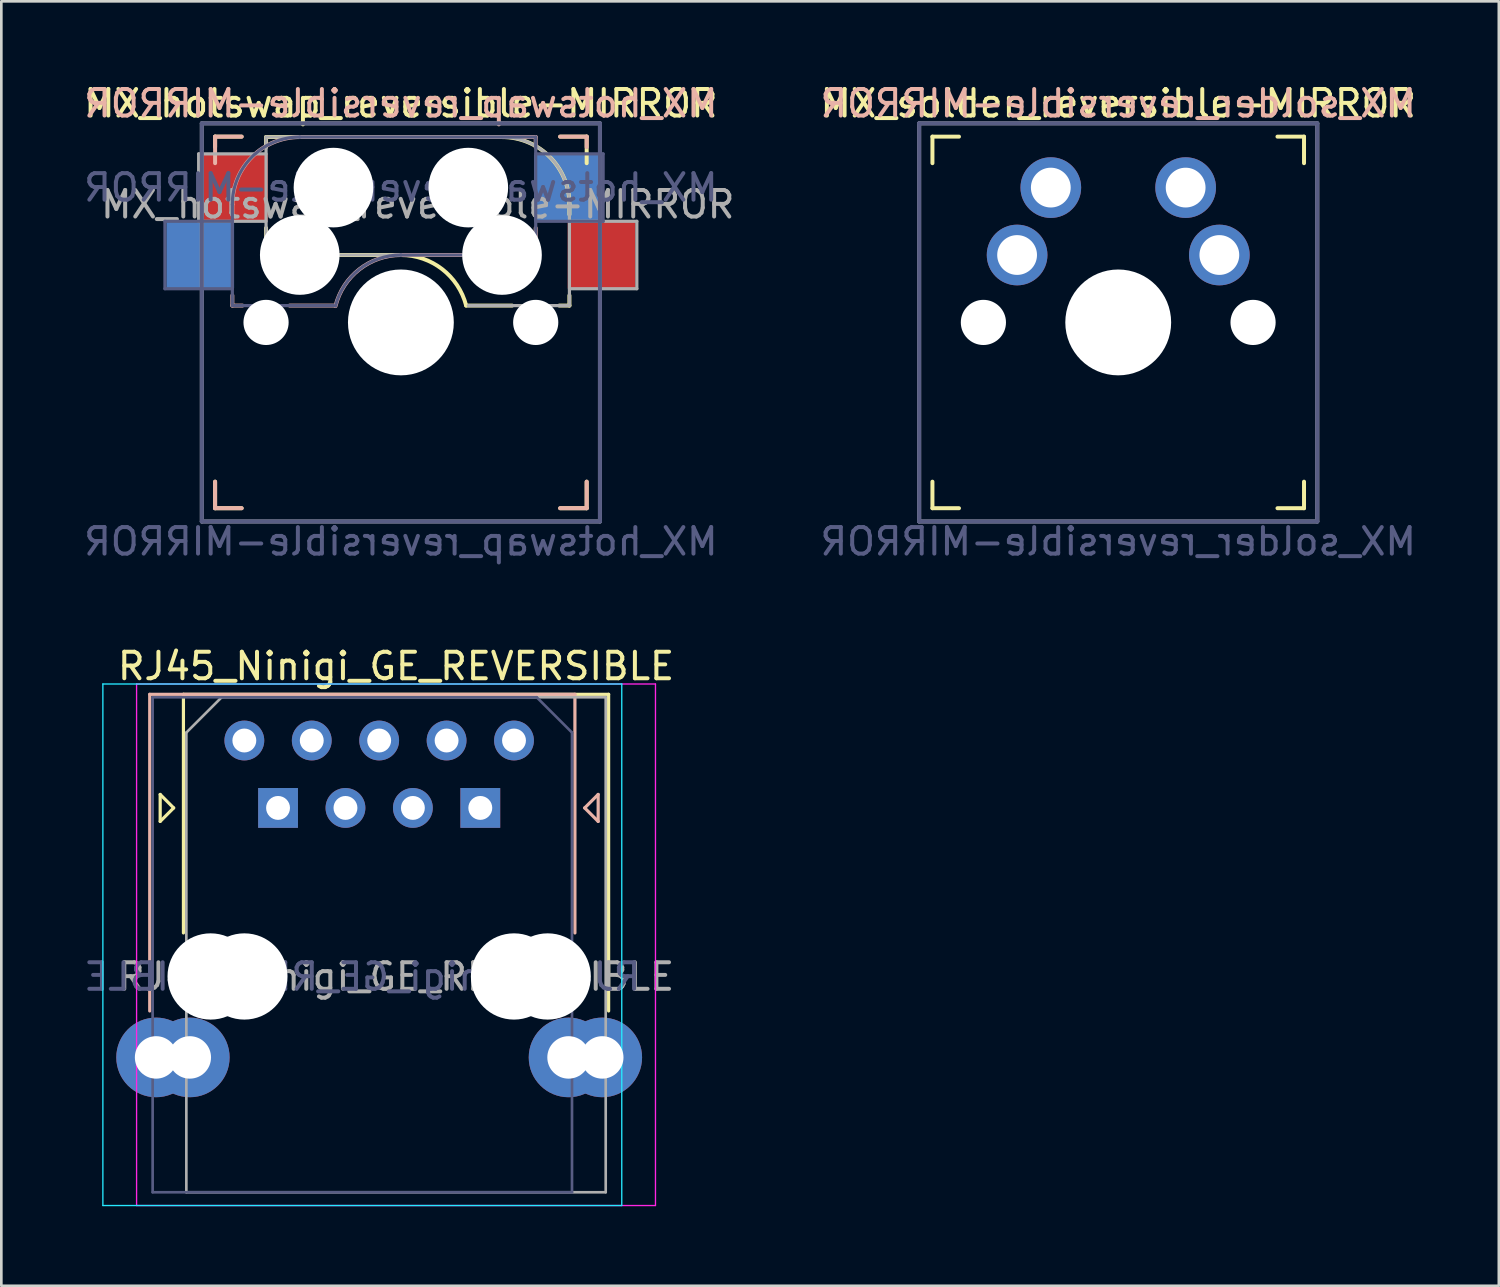
<source format=kicad_pcb>
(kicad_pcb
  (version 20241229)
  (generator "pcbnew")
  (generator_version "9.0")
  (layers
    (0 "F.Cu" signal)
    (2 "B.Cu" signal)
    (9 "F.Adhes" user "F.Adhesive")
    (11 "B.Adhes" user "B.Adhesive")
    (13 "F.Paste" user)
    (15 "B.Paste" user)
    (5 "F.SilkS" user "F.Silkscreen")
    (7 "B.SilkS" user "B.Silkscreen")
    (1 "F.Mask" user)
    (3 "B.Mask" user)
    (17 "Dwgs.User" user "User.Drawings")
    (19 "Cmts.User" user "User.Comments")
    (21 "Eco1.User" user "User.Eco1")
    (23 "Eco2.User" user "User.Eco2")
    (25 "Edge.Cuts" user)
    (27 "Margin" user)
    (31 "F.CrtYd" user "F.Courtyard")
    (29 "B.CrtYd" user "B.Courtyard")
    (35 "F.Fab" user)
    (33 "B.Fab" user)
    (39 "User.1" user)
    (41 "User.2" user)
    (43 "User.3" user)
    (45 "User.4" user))
  (footprint "MX_solder_reversible-MIRROR"
    (layer "F.Cu")
    (at 39.081 9.098)
    (property "Reference" "MX_solder_reversible-MIRROR" (at 0 -8.25 0) (layer "F.SilkS") (effects (font (size 1 1) (thickness 0.15))))
    (property "Value" "MX_solder_reversible-MIRROR" (at 0 8.255 0) (layer "F.Fab") (hide yes) (effects (font (size 1 1) (thickness 0.15))))
    (attr smd)
    (fp_line (start -7 -7) (end -6 -7) (stroke (width 0.15) (type solid)) (layer "F.SilkS"))
    (fp_line (start -7 -6) (end -7 -7) (stroke (width 0.15) (type solid)) (layer "F.SilkS"))
    (fp_line (start -7 7) (end -7 6) (stroke (width 0.15) (type solid)) (layer "F.SilkS"))
    (fp_line (start -6 7) (end -7 7) (stroke (width 0.15) (type solid)) (layer "F.SilkS"))
    (fp_line (start 6 -7) (end 7 -7) (stroke (width 0.15) (type solid)) (layer "F.SilkS"))
    (fp_line (start 7 -7) (end 7 -6) (stroke (width 0.15) (type solid)) (layer "F.SilkS"))
    (fp_line (start 7 6) (end 7 7) (stroke (width 0.15) (type solid)) (layer "F.SilkS"))
    (fp_line (start 7 7) (end 6 7) (stroke (width 0.15) (type solid)) (layer "F.SilkS"))
    (fp_line (start -6.9 6.9) (end -6.9 -6.9) (stroke (width 0.15) (type solid)) (layer "Eco2.User"))
    (fp_line (start -6.9 6.9) (end 6.9 6.9) (stroke (width 0.15) (type solid)) (layer "Eco2.User"))
    (fp_line (start 6.9 -6.9) (end -6.9 -6.9) (stroke (width 0.15) (type solid)) (layer "Eco2.User"))
    (fp_line (start 6.9 -6.9) (end 6.9 6.9) (stroke (width 0.15) (type solid)) (layer "Eco2.User"))
    (fp_line (start -7.5 -7.5) (end 7.5 -7.5) (stroke (width 0.15) (type solid)) (layer "B.Fab"))
    (fp_line (start -7.5 7.5) (end -7.5 -7.5) (stroke (width 0.15) (type solid)) (layer "B.Fab"))
    (fp_line (start 7.5 -7.5) (end 7.5 7.5) (stroke (width 0.15) (type solid)) (layer "B.Fab"))
    (fp_line (start 7.5 7.5) (end -7.5 7.5) (stroke (width 0.15) (type solid)) (layer "B.Fab"))
    (fp_line (start -7.5 -7.5) (end 7.5 -7.5) (stroke (width 0.15) (type solid)) (layer "F.Fab"))
    (fp_line (start -7.5 7.5) (end -7.5 -7.5) (stroke (width 0.15) (type solid)) (layer "F.Fab"))
    (fp_line (start 7.5 -7.5) (end 7.5 7.5) (stroke (width 0.15) (type solid)) (layer "F.Fab"))
    (fp_line (start 7.5 7.5) (end -7.5 7.5) (stroke (width 0.15) (type solid)) (layer "F.Fab"))
    (fp_text user "${REFERENCE}" (at 0 -8.25 0) (layer "B.SilkS") (effects (font (size 1 1) (thickness 0.15)) (justify mirror)))
    (fp_text user "${VALUE}" (at 0 8.255 0) (layer "B.Fab") (effects (font (size 1 1) (thickness 0.15)) (justify mirror)))
    (pad "" np_thru_hole circle (at -5.08 0) (size 1.702 1.702) (drill 1.702) (layers "*.Cu" "*.Mask"))
    (pad "" np_thru_hole circle (at 0 0 180) (size 3.988 3.988) (drill 3.988) (layers "*.Cu" "*.Mask"))
    (pad "" np_thru_hole circle (at 5.08 0) (size 1.702 1.702) (drill 1.702) (layers "*.Cu" "*.Mask"))
    (pad "1" thru_hole circle (at -3.81 -2.54) (size 2.286 2.286) (drill 1.499) (layers "*.Cu" "*.Mask"))
    (pad "1" thru_hole circle (at 3.81 -2.54 180) (size 2.286 2.286) (drill 1.499) (layers "*.Cu" "*.Mask"))
    (pad "2" thru_hole circle (at -2.54 -5.08 180) (size 2.286 2.286) (drill 1.499) (layers "*.Cu" "*.Mask"))
    (pad "2" thru_hole circle (at 2.54 -5.08) (size 2.286 2.286) (drill 1.499) (layers "*.Cu" "*.Mask")))
  (footprint "RJ45_Ninigi_GE_REVERSIBLE"
    (layer "F.Cu")
    (at 11.236 27.35)
    (property "Reference" "RJ45_Ninigi_GE_REVERSIBLE" (at 0.635 -5.3 0) (layer "F.SilkS") (effects (font (size 1 1) (thickness 0.15))))
    (attr through_hole)
    (fp_line (start -8.251 -0.468) (end -8.251 0.548) (stroke (width 0.12) (type solid)) (layer "F.SilkS"))
    (fp_line (start -8.251 0.548) (end -7.743 0.04) (stroke (width 0.12) (type solid)) (layer "F.SilkS"))
    (fp_line (start -7.743 0.04) (end -8.251 -0.468) (stroke (width 0.12) (type solid)) (layer "F.SilkS"))
    (fp_line (start -7.375 -4.24) (end -7.375 4.75) (stroke (width 0.12) (type solid)) (layer "F.SilkS"))
    (fp_line (start 8.645 -4.24) (end -7.375 -4.24) (stroke (width 0.12) (type solid)) (layer "F.SilkS"))
    (fp_line (start 8.645 -4.24) (end 8.645 7.69) (stroke (width 0.12) (type solid)) (layer "F.SilkS"))
    (fp_line (start -8.645 -4.24) (end -8.645 7.69) (stroke (width 0.12) (type solid)) (layer "B.SilkS"))
    (fp_line (start -8.645 -4.24) (end 7.375 -4.24) (stroke (width 0.12) (type solid)) (layer "B.SilkS"))
    (fp_line (start 7.375 -4.24) (end 7.375 4.75) (stroke (width 0.12) (type solid)) (layer "B.SilkS"))
    (fp_line (start 7.743 0.04) (end 8.251 -0.468) (stroke (width 0.12) (type solid)) (layer "B.SilkS"))
    (fp_line (start 8.251 -0.468) (end 8.251 0.548) (stroke (width 0.12) (type solid)) (layer "B.SilkS"))
    (fp_line (start 8.251 0.548) (end 7.743 0.04) (stroke (width 0.12) (type solid)) (layer "B.SilkS"))
    (fp_line (start -10.41 -4.63) (end -10.41 15.02) (stroke (width 0.05) (type solid)) (layer "B.CrtYd"))
    (fp_line (start -10.41 15.02) (end 9.14 15.02) (stroke (width 0.05) (type solid)) (layer "B.CrtYd"))
    (fp_line (start 9.14 -4.63) (end -10.41 -4.63) (stroke (width 0.05) (type solid)) (layer "B.CrtYd"))
    (fp_line (start 9.14 15.02) (end 9.14 -4.63) (stroke (width 0.05) (type solid)) (layer "B.CrtYd"))
    (fp_line (start -9.14 -4.63) (end 10.41 -4.63) (stroke (width 0.05) (type solid)) (layer "F.CrtYd"))
    (fp_line (start -9.14 15.02) (end -9.14 -4.63) (stroke (width 0.05) (type solid)) (layer "F.CrtYd"))
    (fp_line (start 10.41 -4.63) (end 10.41 15.02) (stroke (width 0.05) (type solid)) (layer "F.CrtYd"))
    (fp_line (start 10.41 15.02) (end -9.14 15.02) (stroke (width 0.05) (type solid)) (layer "F.CrtYd"))
    (fp_line (start -8.535 -4.13) (end 5.935 -4.13) (stroke (width 0.1) (type solid)) (layer "B.Fab"))
    (fp_line (start -8.535 14.52) (end -8.535 -4.13) (stroke (width 0.1) (type solid)) (layer "B.Fab"))
    (fp_line (start -8.535 14.52) (end 7.265 14.52) (stroke (width 0.1) (type solid)) (layer "B.Fab"))
    (fp_line (start 7.265 -2.8) (end 5.935 -4.13) (stroke (width 0.1) (type solid)) (layer "B.Fab"))
    (fp_line (start 7.265 -2.8) (end 7.265 14.52) (stroke (width 0.1) (type solid)) (layer "B.Fab"))
    (fp_line (start -7.265 -2.8) (end -7.265 14.52) (stroke (width 0.1) (type solid)) (layer "F.Fab"))
    (fp_line (start -7.265 -2.8) (end -5.935 -4.13) (stroke (width 0.1) (type solid)) (layer "F.Fab"))
    (fp_line (start 8.535 -4.13) (end -5.935 -4.13) (stroke (width 0.1) (type solid)) (layer "F.Fab"))
    (fp_line (start 8.535 14.52) (end -7.265 14.52) (stroke (width 0.1) (type solid)) (layer "F.Fab"))
    (fp_line (start 8.535 14.52) (end 8.535 -4.13) (stroke (width 0.1) (type solid)) (layer "F.Fab"))
    (fp_text user "${REFERENCE}" (at -0.635 6.4 0) (layer "B.Fab") (effects (font (size 1 1) (thickness 0.15)) (justify mirror)))
    (fp_text user "${REFERENCE}" (at 0.635 6.4 0) (layer "F.Fab") (effects (font (size 1 1) (thickness 0.15))))
    (pad "" np_thru_hole circle (at -6.35 6.39 180) (size 3.25 3.25) (drill 3.25) (layers "*.Cu" "*.Mask"))
    (pad "" np_thru_hole circle (at -5.08 6.39) (size 3.25 3.25) (drill 3.25) (layers "*.Cu" "*.Mask"))
    (pad "" np_thru_hole circle (at 5.08 6.39) (size 3.25 3.25) (drill 3.25) (layers "*.Cu" "*.Mask"))
    (pad "" np_thru_hole circle (at 6.35 6.39 180) (size 3.25 3.25) (drill 3.25) (layers "*.Cu" "*.Mask"))
    (pad "1" thru_hole rect (at -3.81 0.04 180) (size 1.5 1.5) (drill 0.9) (layers "*.Cu" "*.Mask"))
    (pad "2" thru_hole circle (at -2.54 -2.5 180) (size 1.5 1.5) (drill 0.9) (layers "*.Cu" "*.Mask"))
    (pad "3" thru_hole circle (at -1.27 0.04 180) (size 1.5 1.5) (drill 0.9) (layers "*.Cu" "*.Mask"))
    (pad "4" thru_hole circle (at 0 -2.5 180) (size 1.5 1.5) (drill 0.9) (layers "*.Cu" "*.Mask"))
    (pad "5" thru_hole circle (at 1.27 0.04 180) (size 1.5 1.5) (drill 0.9) (layers "*.Cu" "*.Mask"))
    (pad "6" thru_hole circle (at 2.54 -2.5 180) (size 1.5 1.5) (drill 0.9) (layers "*.Cu" "*.Mask"))
    (pad "7" thru_hole rect (at 3.81 0.04 180) (size 1.5 1.5) (drill 0.9) (layers "*.Cu" "*.Mask"))
    (pad "8" thru_hole circle (at -5.08 -2.5 180) (size 1.5 1.5) (drill 0.9) (layers "*.Cu" "*.Mask"))
    (pad "8" thru_hole circle (at 5.08 -2.5 180) (size 1.5 1.5) (drill 0.9) (layers "*.Cu" "*.Mask"))
    (pad "SH" thru_hole circle (at -8.405 9.44 180) (size 3 3) (drill 1.6) (layers "*.Cu" "*.Mask"))
    (pad "SH" thru_hole circle (at -7.135 9.44) (size 3 3) (drill 1.6) (layers "*.Cu" "*.Mask"))
    (pad "SH" thru_hole circle (at 7.135 9.44) (size 3 3) (drill 1.6) (layers "*.Cu" "*.Mask"))
    (pad "SH" thru_hole circle (at 8.405 9.44 180) (size 3 3) (drill 1.6) (layers "*.Cu" "*.Mask")))
  (footprint "MX_hotswap_reversible-MIRROR"
    (layer "F.Cu")
    (at 12.054 9.098)
    (property "Reference" "MX_hotswap_reversible-MIRROR" (at 0 -8.25 0) (layer "F.SilkS") (effects (font (size 1 1) (thickness 0.15))))
    (property "Value" "MX_hotswap_reversible-MIRROR" (at 0 8.255 0) (layer "F.Fab") (hide yes) (effects (font (size 1 1) (thickness 0.15))))
    (attr smd)
    (fp_line (start -7 -7) (end -6 -7) (stroke (width 0.15) (type solid)) (layer "F.SilkS"))
    (fp_line (start -7 -6.604) (end -7 -7) (stroke (width 0.15) (type solid)) (layer "F.SilkS"))
    (fp_line (start -7 7) (end -7 6) (stroke (width 0.15) (type solid)) (layer "F.SilkS"))
    (fp_line (start -6 7) (end -7 7) (stroke (width 0.15) (type solid)) (layer "F.SilkS"))
    (fp_line (start -5.08 -6.985) (end -5.08 -6.604) (stroke (width 0.15) (type solid)) (layer "F.SilkS"))
    (fp_line (start -5.08 -3.556) (end -5.08 -3.175) (stroke (width 0.15) (type solid)) (layer "F.SilkS"))
    (fp_line (start -2.286 -2.54) (end 0 -2.54) (stroke (width 0.15) (type solid)) (layer "F.SilkS"))
    (fp_line (start 2.459 -0.635) (end 4.191 -0.635) (stroke (width 0.15) (type solid)) (layer "F.SilkS"))
    (fp_line (start 3.81 -6.985) (end -5.08 -6.985) (stroke (width 0.15) (type solid)) (layer "F.SilkS"))
    (fp_line (start 5.969 -0.635) (end 6.35 -0.635) (stroke (width 0.15) (type solid)) (layer "F.SilkS"))
    (fp_line (start 6 -7) (end 7 -7) (stroke (width 0.15) (type solid)) (layer "F.SilkS"))
    (fp_line (start 6.35 -4.445) (end 6.35 -4.064) (stroke (width 0.15) (type solid)) (layer "F.SilkS"))
    (fp_line (start 6.35 -0.635) (end 6.35 -1.016) (stroke (width 0.15) (type solid)) (layer "F.SilkS"))
    (fp_line (start 7 -7) (end 7 -6) (stroke (width 0.15) (type solid)) (layer "F.SilkS"))
    (fp_line (start 7 6) (end 7 7) (stroke (width 0.15) (type solid)) (layer "F.SilkS"))
    (fp_line (start 7 7) (end 6 7) (stroke (width 0.15) (type solid)) (layer "F.SilkS"))
    (fp_arc (start 0 -2.54) (mid 1.555426 -2.008047) (end 2.459344 -0.635001) (stroke (width 0.15) (type default)) (layer "F.SilkS"))
    (fp_arc (start 3.81 -6.985) (mid 5.606051 -6.241051) (end 6.35 -4.445) (stroke (width 0.15) (type solid)) (layer "F.SilkS"))
    (fp_line (start -7 -7) (end -6 -7) (stroke (width 0.15) (type solid)) (layer "B.SilkS"))
    (fp_line (start -7 -6) (end -7 -7) (stroke (width 0.15) (type solid)) (layer "B.SilkS"))
    (fp_line (start -7 7) (end -7 6) (stroke (width 0.15) (type solid)) (layer "B.SilkS"))
    (fp_line (start -6.35 -4.445) (end -6.35 -4.064) (stroke (width 0.15) (type solid)) (layer "B.SilkS"))
    (fp_line (start -6.35 -1.016) (end -6.35 -0.635) (stroke (width 0.15) (type solid)) (layer "B.SilkS"))
    (fp_line (start -6.35 -0.635) (end -5.969 -0.635) (stroke (width 0.15) (type solid)) (layer "B.SilkS"))
    (fp_line (start -6 7) (end -7 7) (stroke (width 0.15) (type solid)) (layer "B.SilkS"))
    (fp_line (start -4.191 -0.635) (end -2.54 -0.635) (stroke (width 0.15) (type solid)) (layer "B.SilkS"))
    (fp_line (start 0 -2.54) (end 2.286 -2.54) (stroke (width 0.15) (type solid)) (layer "B.SilkS"))
    (fp_line (start 5.08 -6.985) (end -3.81 -6.985) (stroke (width 0.15) (type solid)) (layer "B.SilkS"))
    (fp_line (start 5.08 -6.604) (end 5.08 -6.985) (stroke (width 0.15) (type solid)) (layer "B.SilkS"))
    (fp_line (start 5.08 -3.175) (end 5.08 -3.556) (stroke (width 0.15) (type solid)) (layer "B.SilkS"))
    (fp_line (start 6 -7) (end 7 -7) (stroke (width 0.15) (type solid)) (layer "B.SilkS"))
    (fp_line (start 7 -7) (end 7 -6.604) (stroke (width 0.15) (type solid)) (layer "B.SilkS"))
    (fp_line (start 7 6) (end 7 7) (stroke (width 0.15) (type solid)) (layer "B.SilkS"))
    (fp_line (start 7 7) (end 6 7) (stroke (width 0.15) (type solid)) (layer "B.SilkS"))
    (fp_arc (start -6.35 -4.445) (mid -5.606051 -6.241051) (end -3.81 -6.985) (stroke (width 0.15) (type solid)) (layer "B.SilkS"))
    (fp_arc (start -2.464162 -0.61604) (mid -1.563147 -2.002042) (end 0 -2.54) (stroke (width 0.15) (type solid)) (layer "B.SilkS"))
    (fp_line (start -6.9 6.9) (end -6.9 -6.9) (stroke (width 0.15) (type solid)) (layer "Eco2.User"))
    (fp_line (start -6.9 6.9) (end 6.9 6.9) (stroke (width 0.15) (type solid)) (layer "Eco2.User"))
    (fp_line (start 6.9 -6.9) (end -6.9 -6.9) (stroke (width 0.15) (type solid)) (layer "Eco2.User"))
    (fp_line (start 6.9 -6.9) (end 6.9 6.9) (stroke (width 0.15) (type solid)) (layer "Eco2.User"))
    (fp_line (start -8.89 -3.81) (end -8.89 -1.27) (stroke (width 0.12) (type solid)) (layer "B.Fab"))
    (fp_line (start -8.89 -1.27) (end -6.35 -1.27) (stroke (width 0.12) (type solid)) (layer "B.Fab"))
    (fp_line (start -7.5 -7.5) (end 7.5 -7.5) (stroke (width 0.15) (type solid)) (layer "B.Fab"))
    (fp_line (start -7.5 7.5) (end -7.5 -7.5) (stroke (width 0.15) (type solid)) (layer "B.Fab"))
    (fp_line (start -6.35 -4.445) (end -6.35 -0.635) (stroke (width 0.12) (type solid)) (layer "B.Fab"))
    (fp_line (start -6.35 -3.81) (end -8.89 -3.81) (stroke (width 0.12) (type solid)) (layer "B.Fab"))
    (fp_line (start -6.35 -0.635) (end -2.54 -0.635) (stroke (width 0.12) (type solid)) (layer "B.Fab"))
    (fp_line (start 0 -2.54) (end 5.08 -2.54) (stroke (width 0.12) (type solid)) (layer "B.Fab"))
    (fp_line (start 5.08 -6.985) (end -3.81 -6.985) (stroke (width 0.12) (type solid)) (layer "B.Fab"))
    (fp_line (start 5.08 -3.81) (end 7.62 -3.81) (stroke (width 0.12) (type solid)) (layer "B.Fab"))
    (fp_line (start 5.08 -2.54) (end 5.08 -6.985) (stroke (width 0.12) (type solid)) (layer "B.Fab"))
    (fp_line (start 7.5 -7.5) (end 7.5 7.5) (stroke (width 0.15) (type solid)) (layer "B.Fab"))
    (fp_line (start 7.5 7.5) (end -7.5 7.5) (stroke (width 0.15) (type solid)) (layer "B.Fab"))
    (fp_line (start 7.62 -6.35) (end 5.08 -6.35) (stroke (width 0.12) (type solid)) (layer "B.Fab"))
    (fp_line (start 7.62 -3.81) (end 7.62 -6.35) (stroke (width 0.12) (type solid)) (layer "B.Fab"))
    (fp_arc (start -6.35 -4.445) (mid -5.606051 -6.241051) (end -3.81 -6.985) (stroke (width 0.12) (type solid)) (layer "B.Fab"))
    (fp_arc (start -2.464162 -0.61604) (mid -1.563147 -2.002042) (end 0 -2.54) (stroke (width 0.12) (type solid)) (layer "B.Fab"))
    (fp_line (start -7.62 -6.35) (end -7.62 -3.81) (stroke (width 0.12) (type solid)) (layer "F.Fab"))
    (fp_line (start -7.62 -3.81) (end -5.08 -3.81) (stroke (width 0.12) (type solid)) (layer "F.Fab"))
    (fp_line (start -7.5 -7.5) (end 7.5 -7.5) (stroke (width 0.15) (type solid)) (layer "F.Fab"))
    (fp_line (start -7.5 7.5) (end -7.5 -7.5) (stroke (width 0.15) (type solid)) (layer "F.Fab"))
    (fp_line (start -5.08 -6.985) (end -5.08 -2.54) (stroke (width 0.12) (type solid)) (layer "F.Fab"))
    (fp_line (start -5.08 -6.35) (end -7.62 -6.35) (stroke (width 0.12) (type solid)) (layer "F.Fab"))
    (fp_line (start -5.08 -2.54) (end 0 -2.54) (stroke (width 0.12) (type solid)) (layer "F.Fab"))
    (fp_line (start 2.54 -0.635) (end 6.35 -0.635) (stroke (width 0.12) (type solid)) (layer "F.Fab"))
    (fp_line (start 3.81 -6.985) (end -5.08 -6.985) (stroke (width 0.12) (type solid)) (layer "F.Fab"))
    (fp_line (start 6.35 -1.27) (end 8.89 -1.27) (stroke (width 0.12) (type solid)) (layer "F.Fab"))
    (fp_line (start 6.35 -0.635) (end 6.35 -4.445) (stroke (width 0.12) (type solid)) (layer "F.Fab"))
    (fp_line (start 7.5 -7.5) (end 7.5 7.5) (stroke (width 0.15) (type solid)) (layer "F.Fab"))
    (fp_line (start 7.5 7.5) (end -7.5 7.5) (stroke (width 0.15) (type solid)) (layer "F.Fab"))
    (fp_line (start 8.89 -3.81) (end 6.35 -3.81) (stroke (width 0.12) (type solid)) (layer "F.Fab"))
    (fp_line (start 8.89 -1.27) (end 8.89 -3.81) (stroke (width 0.12) (type solid)) (layer "F.Fab"))
    (fp_arc (start 3.81 -6.985) (mid 5.606051 -6.241051) (end 6.35 -4.445) (stroke (width 0.12) (type solid)) (layer "F.Fab"))
    (fp_text user "${REFERENCE}" (at 0 -8.25 0) (layer "B.SilkS") (effects (font (size 1 1) (thickness 0.15)) (justify mirror)))
    (fp_text user "${REFERENCE}" (at 0 -5.08 180) (layer "B.Fab") (effects (font (size 1 1) (thickness 0.15)) (justify mirror)))
    (fp_text user "${VALUE}" (at 0 8.255 0) (layer "B.Fab") (effects (font (size 1 1) (thickness 0.15)) (justify mirror)))
    (fp_text user "${REFERENCE}" (at 0.635 -4.445 0) (layer "F.Fab") (effects (font (size 1 1) (thickness 0.15))))
    (pad "" np_thru_hole circle (at -5.08 0) (size 1.702 1.702) (drill 1.702) (layers "*.Cu" "*.Mask"))
    (pad "" np_thru_hole circle (at -3.81 -2.54 180) (size 3 3) (drill 3) (layers "*.Cu" "*.Mask"))
    (pad "" np_thru_hole circle (at -2.54 -5.08) (size 3 3) (drill 3) (layers "*.Cu" "*.Mask"))
    (pad "" np_thru_hole circle (at 0 0) (size 3.988 3.988) (drill 3.988) (layers "*.Cu" "*.Mask"))
    (pad "" np_thru_hole circle (at 2.54 -5.08 180) (size 3 3) (drill 3) (layers "*.Cu" "*.Mask"))
    (pad "" np_thru_hole circle (at 3.81 -2.54) (size 3 3) (drill 3) (layers "*.Cu" "*.Mask"))
    (pad "" np_thru_hole circle (at 5.08 0) (size 1.702 1.702) (drill 1.702) (layers "*.Cu" "*.Mask"))
    (pad "1" smd rect (at -6.29 -5.08) (size 2.55 2.5) (layers "F.Cu" "F.Mask" "F.Paste"))
    (pad "1" smd rect (at 6.29 -5.08 180) (size 2.55 2.5) (layers "B.Cu" "B.Mask" "B.Paste"))
    (pad "2" smd rect (at -7.56 -2.54 180) (size 2.55 2.5) (layers "B.Cu" "B.Mask" "B.Paste"))
    (pad "2" smd rect (at 7.56 -2.54) (size 2.55 2.5) (layers "F.Cu" "F.Mask" "F.Paste")))
  (gr_rect
    (start -3 -3)
    (end 53.421 45.395)
    (stroke (width 0.1) (type default))
    (fill no)
    (layer "Edge.Cuts")))
</source>
